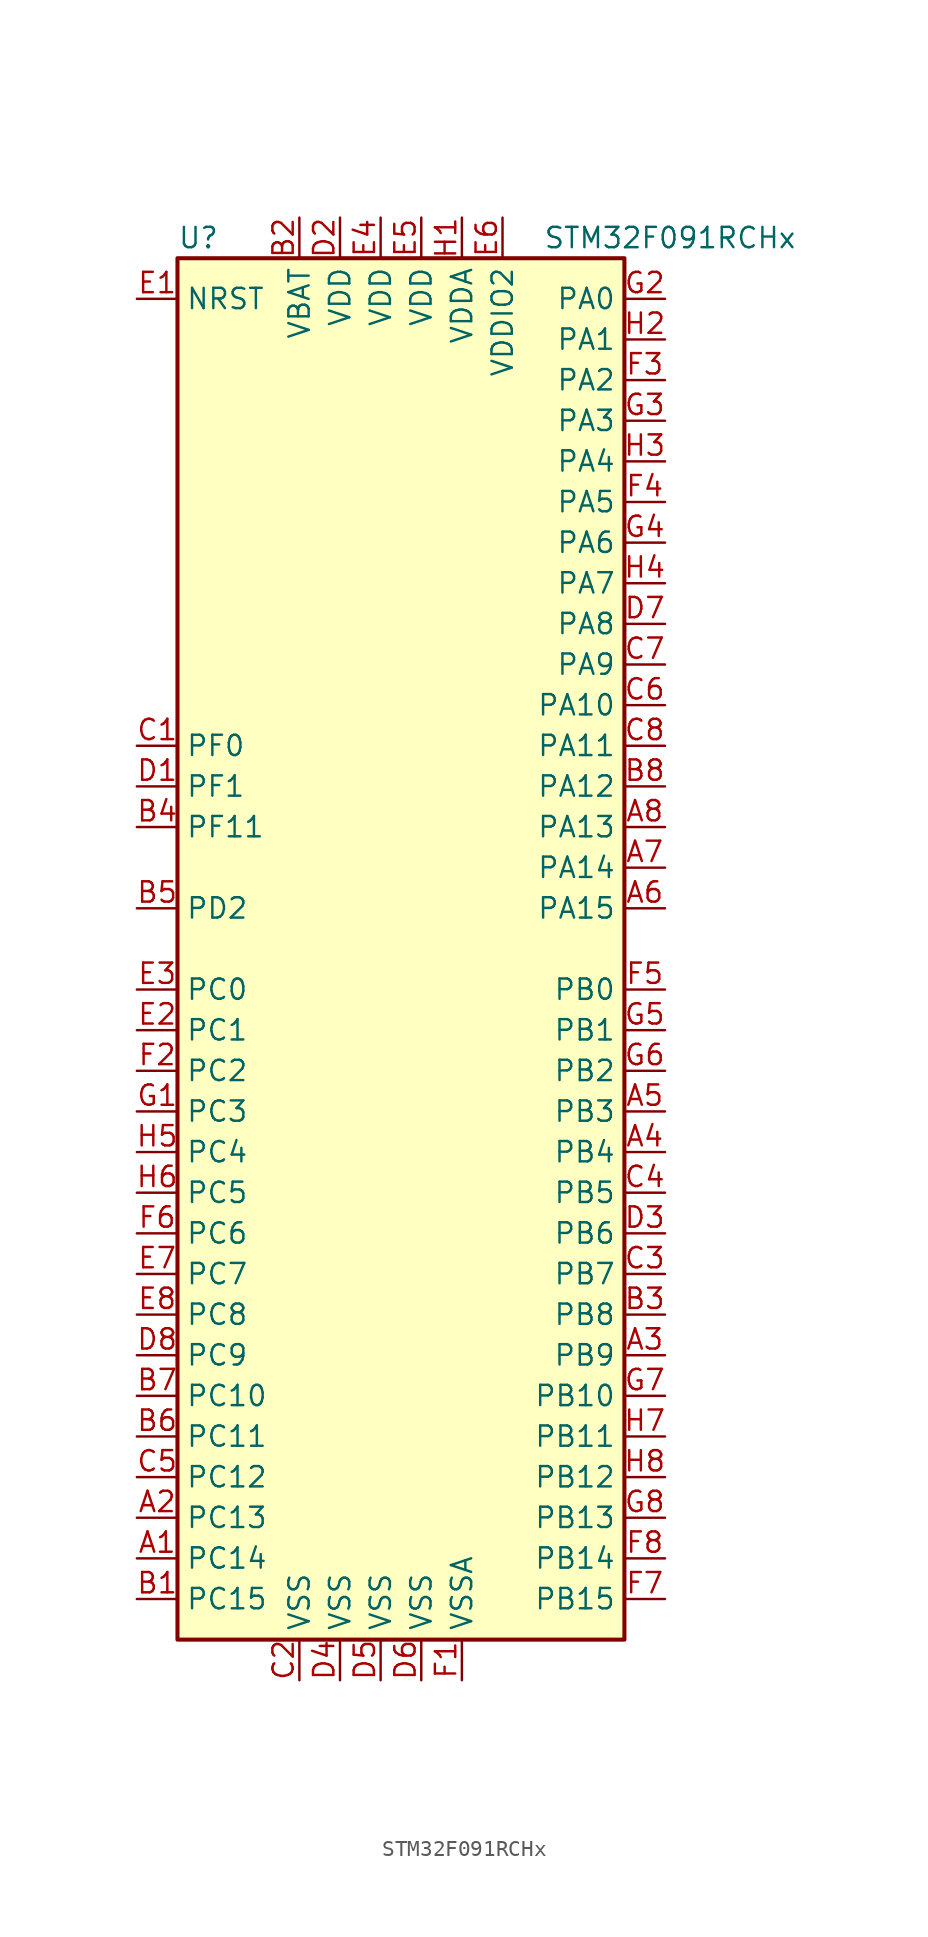
<source format=kicad_sym>
(kicad_symbol_lib
  (version 20201005)
  (generator kicad_symbol_editor)
  (symbol "STM32F091RCHx"
    (property "Reference" "U"
      (at -15.24 44.45 0)
      (effects (font (size 1.27 1.27)) (justify left)))
    (property "Value" "STM32F091RCHx"
      (at 7.62 44.45 0)
      (effects (font (size 1.27 1.27)) (justify left)))
    (symbol "STM32F091RCHx_0_1"
      (rectangle (start -15.24 -43.18) (end 12.7 43.18) (stroke (width 0.254)) (fill (type background))))
    (symbol "STM32F091RCHx_1_1"
      (pin input line (at -17.78 40.64 0) (length 2.54) (name "NRST" (effects (font (size 1.27 1.27)))) (number "E1" (effects (font (size 1.27 1.27)))))
      (pin bidirectional line (at 15.24 40.64 180) (length 2.54) (name "PA0" (effects (font (size 1.27 1.27)))) (number "G2" (effects (font (size 1.27 1.27)))))
      (pin bidirectional line (at 15.24 38.1 180) (length 2.54) (name "PA1" (effects (font (size 1.27 1.27)))) (number "H2" (effects (font (size 1.27 1.27)))))
      (pin bidirectional line (at 15.24 15.24 180) (length 2.54) (name "PA10" (effects (font (size 1.27 1.27)))) (number "C6" (effects (font (size 1.27 1.27)))))
      (pin bidirectional line (at 15.24 12.7 180) (length 2.54) (name "PA11" (effects (font (size 1.27 1.27)))) (number "C8" (effects (font (size 1.27 1.27)))))
      (pin bidirectional line (at 15.24 10.16 180) (length 2.54) (name "PA12" (effects (font (size 1.27 1.27)))) (number "B8" (effects (font (size 1.27 1.27)))))
      (pin bidirectional line (at 15.24 7.62 180) (length 2.54) (name "PA13" (effects (font (size 1.27 1.27)))) (number "A8" (effects (font (size 1.27 1.27)))))
      (pin bidirectional line (at 15.24 5.08 180) (length 2.54) (name "PA14" (effects (font (size 1.27 1.27)))) (number "A7" (effects (font (size 1.27 1.27)))))
      (pin bidirectional line (at 15.24 2.54 180) (length 2.54) (name "PA15" (effects (font (size 1.27 1.27)))) (number "A6" (effects (font (size 1.27 1.27)))))
      (pin bidirectional line (at 15.24 35.56 180) (length 2.54) (name "PA2" (effects (font (size 1.27 1.27)))) (number "F3" (effects (font (size 1.27 1.27)))))
      (pin bidirectional line (at 15.24 33.02 180) (length 2.54) (name "PA3" (effects (font (size 1.27 1.27)))) (number "G3" (effects (font (size 1.27 1.27)))))
      (pin bidirectional line (at 15.24 30.48 180) (length 2.54) (name "PA4" (effects (font (size 1.27 1.27)))) (number "H3" (effects (font (size 1.27 1.27)))))
      (pin bidirectional line (at 15.24 27.94 180) (length 2.54) (name "PA5" (effects (font (size 1.27 1.27)))) (number "F4" (effects (font (size 1.27 1.27)))))
      (pin bidirectional line (at 15.24 25.4 180) (length 2.54) (name "PA6" (effects (font (size 1.27 1.27)))) (number "G4" (effects (font (size 1.27 1.27)))))
      (pin bidirectional line (at 15.24 22.86 180) (length 2.54) (name "PA7" (effects (font (size 1.27 1.27)))) (number "H4" (effects (font (size 1.27 1.27)))))
      (pin bidirectional line (at 15.24 20.32 180) (length 2.54) (name "PA8" (effects (font (size 1.27 1.27)))) (number "D7" (effects (font (size 1.27 1.27)))))
      (pin bidirectional line (at 15.24 17.78 180) (length 2.54) (name "PA9" (effects (font (size 1.27 1.27)))) (number "C7" (effects (font (size 1.27 1.27)))))
      (pin bidirectional line (at 15.24 -2.54 180) (length 2.54) (name "PB0" (effects (font (size 1.27 1.27)))) (number "F5" (effects (font (size 1.27 1.27)))))
      (pin bidirectional line (at 15.24 -5.08 180) (length 2.54) (name "PB1" (effects (font (size 1.27 1.27)))) (number "G5" (effects (font (size 1.27 1.27)))))
      (pin bidirectional line (at 15.24 -27.94 180) (length 2.54) (name "PB10" (effects (font (size 1.27 1.27)))) (number "G7" (effects (font (size 1.27 1.27)))))
      (pin bidirectional line (at 15.24 -30.48 180) (length 2.54) (name "PB11" (effects (font (size 1.27 1.27)))) (number "H7" (effects (font (size 1.27 1.27)))))
      (pin bidirectional line (at 15.24 -33.02 180) (length 2.54) (name "PB12" (effects (font (size 1.27 1.27)))) (number "H8" (effects (font (size 1.27 1.27)))))
      (pin bidirectional line (at 15.24 -35.56 180) (length 2.54) (name "PB13" (effects (font (size 1.27 1.27)))) (number "G8" (effects (font (size 1.27 1.27)))))
      (pin bidirectional line (at 15.24 -38.1 180) (length 2.54) (name "PB14" (effects (font (size 1.27 1.27)))) (number "F8" (effects (font (size 1.27 1.27)))))
      (pin bidirectional line (at 15.24 -40.64 180) (length 2.54) (name "PB15" (effects (font (size 1.27 1.27)))) (number "F7" (effects (font (size 1.27 1.27)))))
      (pin bidirectional line (at 15.24 -7.62 180) (length 2.54) (name "PB2" (effects (font (size 1.27 1.27)))) (number "G6" (effects (font (size 1.27 1.27)))))
      (pin bidirectional line (at 15.24 -10.16 180) (length 2.54) (name "PB3" (effects (font (size 1.27 1.27)))) (number "A5" (effects (font (size 1.27 1.27)))))
      (pin bidirectional line (at 15.24 -12.7 180) (length 2.54) (name "PB4" (effects (font (size 1.27 1.27)))) (number "A4" (effects (font (size 1.27 1.27)))))
      (pin bidirectional line (at 15.24 -15.24 180) (length 2.54) (name "PB5" (effects (font (size 1.27 1.27)))) (number "C4" (effects (font (size 1.27 1.27)))))
      (pin bidirectional line (at 15.24 -17.78 180) (length 2.54) (name "PB6" (effects (font (size 1.27 1.27)))) (number "D3" (effects (font (size 1.27 1.27)))))
      (pin bidirectional line (at 15.24 -20.32 180) (length 2.54) (name "PB7" (effects (font (size 1.27 1.27)))) (number "C3" (effects (font (size 1.27 1.27)))))
      (pin bidirectional line (at 15.24 -22.86 180) (length 2.54) (name "PB8" (effects (font (size 1.27 1.27)))) (number "B3" (effects (font (size 1.27 1.27)))))
      (pin bidirectional line (at 15.24 -25.4 180) (length 2.54) (name "PB9" (effects (font (size 1.27 1.27)))) (number "A3" (effects (font (size 1.27 1.27)))))
      (pin bidirectional line (at -17.78 -2.54 0) (length 2.54) (name "PC0" (effects (font (size 1.27 1.27)))) (number "E3" (effects (font (size 1.27 1.27)))))
      (pin bidirectional line (at -17.78 -5.08 0) (length 2.54) (name "PC1" (effects (font (size 1.27 1.27)))) (number "E2" (effects (font (size 1.27 1.27)))))
      (pin bidirectional line (at -17.78 -27.94 0) (length 2.54) (name "PC10" (effects (font (size 1.27 1.27)))) (number "B7" (effects (font (size 1.27 1.27)))))
      (pin bidirectional line (at -17.78 -30.48 0) (length 2.54) (name "PC11" (effects (font (size 1.27 1.27)))) (number "B6" (effects (font (size 1.27 1.27)))))
      (pin bidirectional line (at -17.78 -33.02 0) (length 2.54) (name "PC12" (effects (font (size 1.27 1.27)))) (number "C5" (effects (font (size 1.27 1.27)))))
      (pin bidirectional line (at -17.78 -35.56 0) (length 2.54) (name "PC13" (effects (font (size 1.27 1.27)))) (number "A2" (effects (font (size 1.27 1.27)))))
      (pin bidirectional line (at -17.78 -38.1 0) (length 2.54) (name "PC14" (effects (font (size 1.27 1.27)))) (number "A1" (effects (font (size 1.27 1.27)))))
      (pin bidirectional line (at -17.78 -40.64 0) (length 2.54) (name "PC15" (effects (font (size 1.27 1.27)))) (number "B1" (effects (font (size 1.27 1.27)))))
      (pin bidirectional line (at -17.78 -7.62 0) (length 2.54) (name "PC2" (effects (font (size 1.27 1.27)))) (number "F2" (effects (font (size 1.27 1.27)))))
      (pin bidirectional line (at -17.78 -10.16 0) (length 2.54) (name "PC3" (effects (font (size 1.27 1.27)))) (number "G1" (effects (font (size 1.27 1.27)))))
      (pin bidirectional line (at -17.78 -12.7 0) (length 2.54) (name "PC4" (effects (font (size 1.27 1.27)))) (number "H5" (effects (font (size 1.27 1.27)))))
      (pin bidirectional line (at -17.78 -15.24 0) (length 2.54) (name "PC5" (effects (font (size 1.27 1.27)))) (number "H6" (effects (font (size 1.27 1.27)))))
      (pin bidirectional line (at -17.78 -17.78 0) (length 2.54) (name "PC6" (effects (font (size 1.27 1.27)))) (number "F6" (effects (font (size 1.27 1.27)))))
      (pin bidirectional line (at -17.78 -20.32 0) (length 2.54) (name "PC7" (effects (font (size 1.27 1.27)))) (number "E7" (effects (font (size 1.27 1.27)))))
      (pin bidirectional line (at -17.78 -22.86 0) (length 2.54) (name "PC8" (effects (font (size 1.27 1.27)))) (number "E8" (effects (font (size 1.27 1.27)))))
      (pin bidirectional line (at -17.78 -25.4 0) (length 2.54) (name "PC9" (effects (font (size 1.27 1.27)))) (number "D8" (effects (font (size 1.27 1.27)))))
      (pin bidirectional line (at -17.78 2.54 0) (length 2.54) (name "PD2" (effects (font (size 1.27 1.27)))) (number "B5" (effects (font (size 1.27 1.27)))))
      (pin input line (at -17.78 12.7 0) (length 2.54) (name "PF0" (effects (font (size 1.27 1.27)))) (number "C1" (effects (font (size 1.27 1.27)))))
      (pin input line (at -17.78 10.16 0) (length 2.54) (name "PF1" (effects (font (size 1.27 1.27)))) (number "D1" (effects (font (size 1.27 1.27)))))
      (pin bidirectional line (at -17.78 7.62 0) (length 2.54) (name "PF11" (effects (font (size 1.27 1.27)))) (number "B4" (effects (font (size 1.27 1.27)))))
      (pin power_in line (at -7.62 45.72 270) (length 2.54) (name "VBAT" (effects (font (size 1.27 1.27)))) (number "B2" (effects (font (size 1.27 1.27)))))
      (pin power_in line (at -5.08 45.72 270) (length 2.54) (name "VDD" (effects (font (size 1.27 1.27)))) (number "D2" (effects (font (size 1.27 1.27)))))
      (pin power_in line (at -2.54 45.72 270) (length 2.54) (name "VDD" (effects (font (size 1.27 1.27)))) (number "E4" (effects (font (size 1.27 1.27)))))
      (pin power_in line (at 0 45.72 270) (length 2.54) (name "VDD" (effects (font (size 1.27 1.27)))) (number "E5" (effects (font (size 1.27 1.27)))))
      (pin power_in line (at 2.54 45.72 270) (length 2.54) (name "VDDA" (effects (font (size 1.27 1.27)))) (number "H1" (effects (font (size 1.27 1.27)))))
      (pin power_in line (at 5.08 45.72 270) (length 2.54) (name "VDDIO2" (effects (font (size 1.27 1.27)))) (number "E6" (effects (font (size 1.27 1.27)))))
      (pin power_in line (at -7.62 -45.72 90) (length 2.54) (name "VSS" (effects (font (size 1.27 1.27)))) (number "C2" (effects (font (size 1.27 1.27)))))
      (pin power_in line (at -5.08 -45.72 90) (length 2.54) (name "VSS" (effects (font (size 1.27 1.27)))) (number "D4" (effects (font (size 1.27 1.27)))))
      (pin power_in line (at -2.54 -45.72 90) (length 2.54) (name "VSS" (effects (font (size 1.27 1.27)))) (number "D5" (effects (font (size 1.27 1.27)))))
      (pin power_in line (at 0 -45.72 90) (length 2.54) (name "VSS" (effects (font (size 1.27 1.27)))) (number "D6" (effects (font (size 1.27 1.27)))))
      (pin power_in line (at 2.54 -45.72 90) (length 2.54) (name "VSSA" (effects (font (size 1.27 1.27)))) (number "F1" (effects (font (size 1.27 1.27))))))))
</source>
